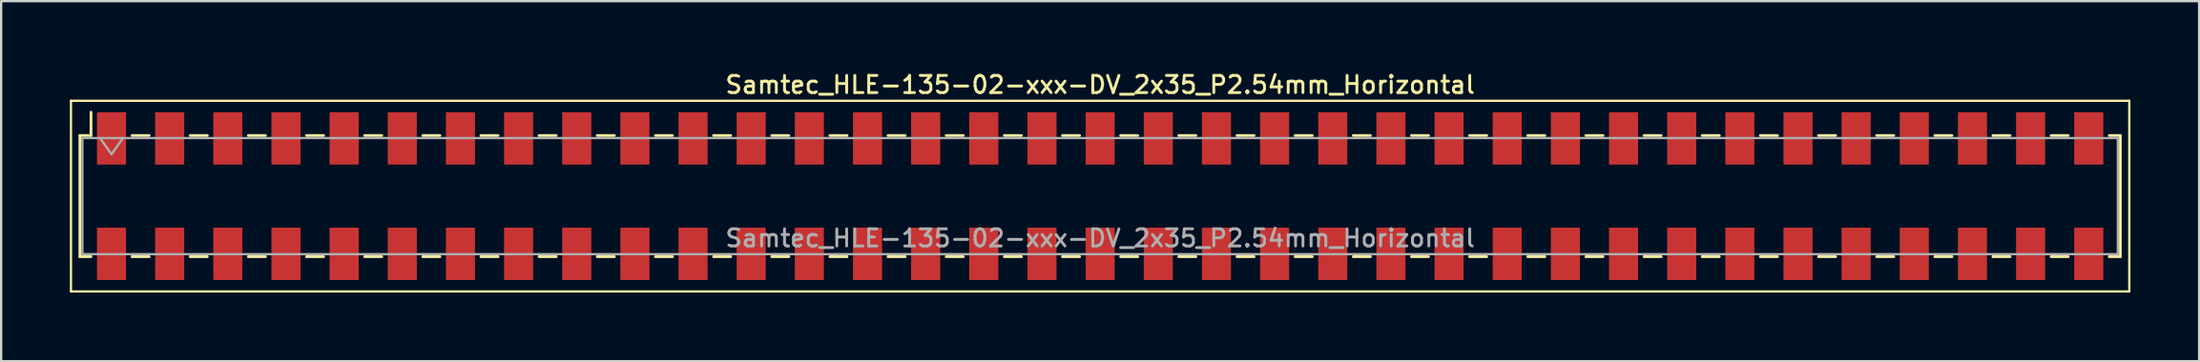
<source format=kicad_pcb>
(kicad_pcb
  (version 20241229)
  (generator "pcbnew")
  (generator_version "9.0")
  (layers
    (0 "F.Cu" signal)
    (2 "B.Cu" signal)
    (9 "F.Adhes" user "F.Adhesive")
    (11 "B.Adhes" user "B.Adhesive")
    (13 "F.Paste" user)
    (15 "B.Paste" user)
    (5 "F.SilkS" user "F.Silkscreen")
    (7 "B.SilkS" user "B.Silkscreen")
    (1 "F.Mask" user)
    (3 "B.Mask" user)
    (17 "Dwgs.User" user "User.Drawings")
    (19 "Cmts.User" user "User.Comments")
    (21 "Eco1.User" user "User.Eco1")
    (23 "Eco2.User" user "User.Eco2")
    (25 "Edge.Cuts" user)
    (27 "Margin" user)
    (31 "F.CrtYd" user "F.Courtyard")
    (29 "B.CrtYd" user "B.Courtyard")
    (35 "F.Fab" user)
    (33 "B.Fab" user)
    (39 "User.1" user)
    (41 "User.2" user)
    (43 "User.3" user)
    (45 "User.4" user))
  (footprint "Samtec_HLE-135-02-xxx-DV_2x35_P2.54mm_Horizontal"
    (layer "F.Cu")
    (at 45 5.528)
    (property "Reference" "Samtec_HLE-135-02-xxx-DV_2x35_P2.54mm_Horizontal" (at 0 -4.87 0) (layer "F.SilkS") (effects (font (size 0.75 0.75) (thickness 0.125))))
    (attr smd)
    (fp_line (start -44.95 -4.17) (end 44.95 -4.17) (stroke (width 0.1) (type solid)) (layer "F.SilkS"))
    (fp_line (start -44.95 4.17) (end -44.95 -4.17) (stroke (width 0.1) (type solid)) (layer "F.SilkS"))
    (fp_line (start -44.56 -2.65) (end -44.56 2.65) (stroke (width 0.12) (type solid)) (layer "F.SilkS"))
    (fp_line (start -44.56 2.65) (end -44.075 2.65) (stroke (width 0.12) (type solid)) (layer "F.SilkS"))
    (fp_line (start -44.075 -3.67) (end -44.075 -2.65) (stroke (width 0.12) (type solid)) (layer "F.SilkS"))
    (fp_line (start -44.075 -2.65) (end -44.56 -2.65) (stroke (width 0.12) (type solid)) (layer "F.SilkS"))
    (fp_line (start -42.285 -2.65) (end -41.535 -2.65) (stroke (width 0.12) (type solid)) (layer "F.SilkS"))
    (fp_line (start -42.285 2.65) (end -41.535 2.65) (stroke (width 0.12) (type solid)) (layer "F.SilkS"))
    (fp_line (start -39.745 -2.65) (end -38.995 -2.65) (stroke (width 0.12) (type solid)) (layer "F.SilkS"))
    (fp_line (start -39.745 2.65) (end -38.995 2.65) (stroke (width 0.12) (type solid)) (layer "F.SilkS"))
    (fp_line (start -37.205 -2.65) (end -36.455 -2.65) (stroke (width 0.12) (type solid)) (layer "F.SilkS"))
    (fp_line (start -37.205 2.65) (end -36.455 2.65) (stroke (width 0.12) (type solid)) (layer "F.SilkS"))
    (fp_line (start -34.665 -2.65) (end -33.915 -2.65) (stroke (width 0.12) (type solid)) (layer "F.SilkS"))
    (fp_line (start -34.665 2.65) (end -33.915 2.65) (stroke (width 0.12) (type solid)) (layer "F.SilkS"))
    (fp_line (start -32.125 -2.65) (end -31.375 -2.65) (stroke (width 0.12) (type solid)) (layer "F.SilkS"))
    (fp_line (start -32.125 2.65) (end -31.375 2.65) (stroke (width 0.12) (type solid)) (layer "F.SilkS"))
    (fp_line (start -29.585 -2.65) (end -28.835 -2.65) (stroke (width 0.12) (type solid)) (layer "F.SilkS"))
    (fp_line (start -29.585 2.65) (end -28.835 2.65) (stroke (width 0.12) (type solid)) (layer "F.SilkS"))
    (fp_line (start -27.045 -2.65) (end -26.295 -2.65) (stroke (width 0.12) (type solid)) (layer "F.SilkS"))
    (fp_line (start -27.045 2.65) (end -26.295 2.65) (stroke (width 0.12) (type solid)) (layer "F.SilkS"))
    (fp_line (start -24.505 -2.65) (end -23.755 -2.65) (stroke (width 0.12) (type solid)) (layer "F.SilkS"))
    (fp_line (start -24.505 2.65) (end -23.755 2.65) (stroke (width 0.12) (type solid)) (layer "F.SilkS"))
    (fp_line (start -21.965 -2.65) (end -21.215 -2.65) (stroke (width 0.12) (type solid)) (layer "F.SilkS"))
    (fp_line (start -21.965 2.65) (end -21.215 2.65) (stroke (width 0.12) (type solid)) (layer "F.SilkS"))
    (fp_line (start -19.425 -2.65) (end -18.675 -2.65) (stroke (width 0.12) (type solid)) (layer "F.SilkS"))
    (fp_line (start -19.425 2.65) (end -18.675 2.65) (stroke (width 0.12) (type solid)) (layer "F.SilkS"))
    (fp_line (start -16.885 -2.65) (end -16.135 -2.65) (stroke (width 0.12) (type solid)) (layer "F.SilkS"))
    (fp_line (start -16.885 2.65) (end -16.135 2.65) (stroke (width 0.12) (type solid)) (layer "F.SilkS"))
    (fp_line (start -14.345 -2.65) (end -13.595 -2.65) (stroke (width 0.12) (type solid)) (layer "F.SilkS"))
    (fp_line (start -14.345 2.65) (end -13.595 2.65) (stroke (width 0.12) (type solid)) (layer "F.SilkS"))
    (fp_line (start -11.805 -2.65) (end -11.055 -2.65) (stroke (width 0.12) (type solid)) (layer "F.SilkS"))
    (fp_line (start -11.805 2.65) (end -11.055 2.65) (stroke (width 0.12) (type solid)) (layer "F.SilkS"))
    (fp_line (start -9.265 -2.65) (end -8.515 -2.65) (stroke (width 0.12) (type solid)) (layer "F.SilkS"))
    (fp_line (start -9.265 2.65) (end -8.515 2.65) (stroke (width 0.12) (type solid)) (layer "F.SilkS"))
    (fp_line (start -6.725 -2.65) (end -5.975 -2.65) (stroke (width 0.12) (type solid)) (layer "F.SilkS"))
    (fp_line (start -6.725 2.65) (end -5.975 2.65) (stroke (width 0.12) (type solid)) (layer "F.SilkS"))
    (fp_line (start -4.185 -2.65) (end -3.435 -2.65) (stroke (width 0.12) (type solid)) (layer "F.SilkS"))
    (fp_line (start -4.185 2.65) (end -3.435 2.65) (stroke (width 0.12) (type solid)) (layer "F.SilkS"))
    (fp_line (start -1.645 -2.65) (end -0.895 -2.65) (stroke (width 0.12) (type solid)) (layer "F.SilkS"))
    (fp_line (start -1.645 2.65) (end -0.895 2.65) (stroke (width 0.12) (type solid)) (layer "F.SilkS"))
    (fp_line (start 0.895 -2.65) (end 1.645 -2.65) (stroke (width 0.12) (type solid)) (layer "F.SilkS"))
    (fp_line (start 0.895 2.65) (end 1.645 2.65) (stroke (width 0.12) (type solid)) (layer "F.SilkS"))
    (fp_line (start 3.435 -2.65) (end 4.185 -2.65) (stroke (width 0.12) (type solid)) (layer "F.SilkS"))
    (fp_line (start 3.435 2.65) (end 4.185 2.65) (stroke (width 0.12) (type solid)) (layer "F.SilkS"))
    (fp_line (start 5.975 -2.65) (end 6.725 -2.65) (stroke (width 0.12) (type solid)) (layer "F.SilkS"))
    (fp_line (start 5.975 2.65) (end 6.725 2.65) (stroke (width 0.12) (type solid)) (layer "F.SilkS"))
    (fp_line (start 8.515 -2.65) (end 9.265 -2.65) (stroke (width 0.12) (type solid)) (layer "F.SilkS"))
    (fp_line (start 8.515 2.65) (end 9.265 2.65) (stroke (width 0.12) (type solid)) (layer "F.SilkS"))
    (fp_line (start 11.055 -2.65) (end 11.805 -2.65) (stroke (width 0.12) (type solid)) (layer "F.SilkS"))
    (fp_line (start 11.055 2.65) (end 11.805 2.65) (stroke (width 0.12) (type solid)) (layer "F.SilkS"))
    (fp_line (start 13.595 -2.65) (end 14.345 -2.65) (stroke (width 0.12) (type solid)) (layer "F.SilkS"))
    (fp_line (start 13.595 2.65) (end 14.345 2.65) (stroke (width 0.12) (type solid)) (layer "F.SilkS"))
    (fp_line (start 16.135 -2.65) (end 16.885 -2.65) (stroke (width 0.12) (type solid)) (layer "F.SilkS"))
    (fp_line (start 16.135 2.65) (end 16.885 2.65) (stroke (width 0.12) (type solid)) (layer "F.SilkS"))
    (fp_line (start 18.675 -2.65) (end 19.425 -2.65) (stroke (width 0.12) (type solid)) (layer "F.SilkS"))
    (fp_line (start 18.675 2.65) (end 19.425 2.65) (stroke (width 0.12) (type solid)) (layer "F.SilkS"))
    (fp_line (start 21.215 -2.65) (end 21.965 -2.65) (stroke (width 0.12) (type solid)) (layer "F.SilkS"))
    (fp_line (start 21.215 2.65) (end 21.965 2.65) (stroke (width 0.12) (type solid)) (layer "F.SilkS"))
    (fp_line (start 23.755 -2.65) (end 24.505 -2.65) (stroke (width 0.12) (type solid)) (layer "F.SilkS"))
    (fp_line (start 23.755 2.65) (end 24.505 2.65) (stroke (width 0.12) (type solid)) (layer "F.SilkS"))
    (fp_line (start 26.295 -2.65) (end 27.045 -2.65) (stroke (width 0.12) (type solid)) (layer "F.SilkS"))
    (fp_line (start 26.295 2.65) (end 27.045 2.65) (stroke (width 0.12) (type solid)) (layer "F.SilkS"))
    (fp_line (start 28.835 -2.65) (end 29.585 -2.65) (stroke (width 0.12) (type solid)) (layer "F.SilkS"))
    (fp_line (start 28.835 2.65) (end 29.585 2.65) (stroke (width 0.12) (type solid)) (layer "F.SilkS"))
    (fp_line (start 31.375 -2.65) (end 32.125 -2.65) (stroke (width 0.12) (type solid)) (layer "F.SilkS"))
    (fp_line (start 31.375 2.65) (end 32.125 2.65) (stroke (width 0.12) (type solid)) (layer "F.SilkS"))
    (fp_line (start 33.915 -2.65) (end 34.665 -2.65) (stroke (width 0.12) (type solid)) (layer "F.SilkS"))
    (fp_line (start 33.915 2.65) (end 34.665 2.65) (stroke (width 0.12) (type solid)) (layer "F.SilkS"))
    (fp_line (start 36.455 -2.65) (end 37.205 -2.65) (stroke (width 0.12) (type solid)) (layer "F.SilkS"))
    (fp_line (start 36.455 2.65) (end 37.205 2.65) (stroke (width 0.12) (type solid)) (layer "F.SilkS"))
    (fp_line (start 38.995 -2.65) (end 39.745 -2.65) (stroke (width 0.12) (type solid)) (layer "F.SilkS"))
    (fp_line (start 38.995 2.65) (end 39.745 2.65) (stroke (width 0.12) (type solid)) (layer "F.SilkS"))
    (fp_line (start 41.535 -2.65) (end 42.285 -2.65) (stroke (width 0.12) (type solid)) (layer "F.SilkS"))
    (fp_line (start 41.535 2.65) (end 42.285 2.65) (stroke (width 0.12) (type solid)) (layer "F.SilkS"))
    (fp_line (start 44.075 -2.65) (end 44.56 -2.65) (stroke (width 0.12) (type solid)) (layer "F.SilkS"))
    (fp_line (start 44.56 -2.65) (end 44.56 2.65) (stroke (width 0.12) (type solid)) (layer "F.SilkS"))
    (fp_line (start 44.56 2.65) (end 44.075 2.65) (stroke (width 0.12) (type solid)) (layer "F.SilkS"))
    (fp_line (start 44.95 -4.17) (end 44.95 4.17) (stroke (width 0.1) (type solid)) (layer "F.SilkS"))
    (fp_line (start 44.95 4.17) (end -44.95 4.17) (stroke (width 0.1) (type solid)) (layer "F.SilkS"))
    (fp_line (start -44.45 -2.54) (end 44.45 -2.54) (stroke (width 0.1) (type solid)) (layer "F.Fab"))
    (fp_line (start -44.45 2.54) (end -44.45 -2.54) (stroke (width 0.1) (type solid)) (layer "F.Fab"))
    (fp_line (start -43.68 -2.54) (end -43.18 -1.833) (stroke (width 0.1) (type solid)) (layer "F.Fab"))
    (fp_line (start -43.18 -1.833) (end -42.68 -2.54) (stroke (width 0.1) (type solid)) (layer "F.Fab"))
    (fp_line (start 44.45 -2.54) (end 44.45 2.54) (stroke (width 0.1) (type solid)) (layer "F.Fab"))
    (fp_line (start 44.45 2.54) (end -44.45 2.54) (stroke (width 0.1) (type solid)) (layer "F.Fab"))
    (fp_text user "${REFERENCE}" (at 0 1.84 0) (layer "F.Fab") (effects (font (size 0.75 0.75) (thickness 0.125))))
    (pad "1" smd rect (at -43.18 -2.525) (size 1.27 2.29) (layers "F.Cu" "F.Mask" "F.Paste"))
    (pad "2" smd rect (at -43.18 2.525) (size 1.27 2.29) (layers "F.Cu" "F.Mask" "F.Paste"))
    (pad "3" smd rect (at -40.64 -2.525) (size 1.27 2.29) (layers "F.Cu" "F.Mask" "F.Paste"))
    (pad "4" smd rect (at -40.64 2.525) (size 1.27 2.29) (layers "F.Cu" "F.Mask" "F.Paste"))
    (pad "5" smd rect (at -38.1 -2.525) (size 1.27 2.29) (layers "F.Cu" "F.Mask" "F.Paste"))
    (pad "6" smd rect (at -38.1 2.525) (size 1.27 2.29) (layers "F.Cu" "F.Mask" "F.Paste"))
    (pad "7" smd rect (at -35.56 -2.525) (size 1.27 2.29) (layers "F.Cu" "F.Mask" "F.Paste"))
    (pad "8" smd rect (at -35.56 2.525) (size 1.27 2.29) (layers "F.Cu" "F.Mask" "F.Paste"))
    (pad "9" smd rect (at -33.02 -2.525) (size 1.27 2.29) (layers "F.Cu" "F.Mask" "F.Paste"))
    (pad "10" smd rect (at -33.02 2.525) (size 1.27 2.29) (layers "F.Cu" "F.Mask" "F.Paste"))
    (pad "11" smd rect (at -30.48 -2.525) (size 1.27 2.29) (layers "F.Cu" "F.Mask" "F.Paste"))
    (pad "12" smd rect (at -30.48 2.525) (size 1.27 2.29) (layers "F.Cu" "F.Mask" "F.Paste"))
    (pad "13" smd rect (at -27.94 -2.525) (size 1.27 2.29) (layers "F.Cu" "F.Mask" "F.Paste"))
    (pad "14" smd rect (at -27.94 2.525) (size 1.27 2.29) (layers "F.Cu" "F.Mask" "F.Paste"))
    (pad "15" smd rect (at -25.4 -2.525) (size 1.27 2.29) (layers "F.Cu" "F.Mask" "F.Paste"))
    (pad "16" smd rect (at -25.4 2.525) (size 1.27 2.29) (layers "F.Cu" "F.Mask" "F.Paste"))
    (pad "17" smd rect (at -22.86 -2.525) (size 1.27 2.29) (layers "F.Cu" "F.Mask" "F.Paste"))
    (pad "18" smd rect (at -22.86 2.525) (size 1.27 2.29) (layers "F.Cu" "F.Mask" "F.Paste"))
    (pad "19" smd rect (at -20.32 -2.525) (size 1.27 2.29) (layers "F.Cu" "F.Mask" "F.Paste"))
    (pad "20" smd rect (at -20.32 2.525) (size 1.27 2.29) (layers "F.Cu" "F.Mask" "F.Paste"))
    (pad "21" smd rect (at -17.78 -2.525) (size 1.27 2.29) (layers "F.Cu" "F.Mask" "F.Paste"))
    (pad "22" smd rect (at -17.78 2.525) (size 1.27 2.29) (layers "F.Cu" "F.Mask" "F.Paste"))
    (pad "23" smd rect (at -15.24 -2.525) (size 1.27 2.29) (layers "F.Cu" "F.Mask" "F.Paste"))
    (pad "24" smd rect (at -15.24 2.525) (size 1.27 2.29) (layers "F.Cu" "F.Mask" "F.Paste"))
    (pad "25" smd rect (at -12.7 -2.525) (size 1.27 2.29) (layers "F.Cu" "F.Mask" "F.Paste"))
    (pad "26" smd rect (at -12.7 2.525) (size 1.27 2.29) (layers "F.Cu" "F.Mask" "F.Paste"))
    (pad "27" smd rect (at -10.16 -2.525) (size 1.27 2.29) (layers "F.Cu" "F.Mask" "F.Paste"))
    (pad "28" smd rect (at -10.16 2.525) (size 1.27 2.29) (layers "F.Cu" "F.Mask" "F.Paste"))
    (pad "29" smd rect (at -7.62 -2.525) (size 1.27 2.29) (layers "F.Cu" "F.Mask" "F.Paste"))
    (pad "30" smd rect (at -7.62 2.525) (size 1.27 2.29) (layers "F.Cu" "F.Mask" "F.Paste"))
    (pad "31" smd rect (at -5.08 -2.525) (size 1.27 2.29) (layers "F.Cu" "F.Mask" "F.Paste"))
    (pad "32" smd rect (at -5.08 2.525) (size 1.27 2.29) (layers "F.Cu" "F.Mask" "F.Paste"))
    (pad "33" smd rect (at -2.54 -2.525) (size 1.27 2.29) (layers "F.Cu" "F.Mask" "F.Paste"))
    (pad "34" smd rect (at -2.54 2.525) (size 1.27 2.29) (layers "F.Cu" "F.Mask" "F.Paste"))
    (pad "35" smd rect (at 0 -2.525) (size 1.27 2.29) (layers "F.Cu" "F.Mask" "F.Paste"))
    (pad "36" smd rect (at 0 2.525) (size 1.27 2.29) (layers "F.Cu" "F.Mask" "F.Paste"))
    (pad "37" smd rect (at 2.54 -2.525) (size 1.27 2.29) (layers "F.Cu" "F.Mask" "F.Paste"))
    (pad "38" smd rect (at 2.54 2.525) (size 1.27 2.29) (layers "F.Cu" "F.Mask" "F.Paste"))
    (pad "39" smd rect (at 5.08 -2.525) (size 1.27 2.29) (layers "F.Cu" "F.Mask" "F.Paste"))
    (pad "40" smd rect (at 5.08 2.525) (size 1.27 2.29) (layers "F.Cu" "F.Mask" "F.Paste"))
    (pad "41" smd rect (at 7.62 -2.525) (size 1.27 2.29) (layers "F.Cu" "F.Mask" "F.Paste"))
    (pad "42" smd rect (at 7.62 2.525) (size 1.27 2.29) (layers "F.Cu" "F.Mask" "F.Paste"))
    (pad "43" smd rect (at 10.16 -2.525) (size 1.27 2.29) (layers "F.Cu" "F.Mask" "F.Paste"))
    (pad "44" smd rect (at 10.16 2.525) (size 1.27 2.29) (layers "F.Cu" "F.Mask" "F.Paste"))
    (pad "45" smd rect (at 12.7 -2.525) (size 1.27 2.29) (layers "F.Cu" "F.Mask" "F.Paste"))
    (pad "46" smd rect (at 12.7 2.525) (size 1.27 2.29) (layers "F.Cu" "F.Mask" "F.Paste"))
    (pad "47" smd rect (at 15.24 -2.525) (size 1.27 2.29) (layers "F.Cu" "F.Mask" "F.Paste"))
    (pad "48" smd rect (at 15.24 2.525) (size 1.27 2.29) (layers "F.Cu" "F.Mask" "F.Paste"))
    (pad "49" smd rect (at 17.78 -2.525) (size 1.27 2.29) (layers "F.Cu" "F.Mask" "F.Paste"))
    (pad "50" smd rect (at 17.78 2.525) (size 1.27 2.29) (layers "F.Cu" "F.Mask" "F.Paste"))
    (pad "51" smd rect (at 20.32 -2.525) (size 1.27 2.29) (layers "F.Cu" "F.Mask" "F.Paste"))
    (pad "52" smd rect (at 20.32 2.525) (size 1.27 2.29) (layers "F.Cu" "F.Mask" "F.Paste"))
    (pad "53" smd rect (at 22.86 -2.525) (size 1.27 2.29) (layers "F.Cu" "F.Mask" "F.Paste"))
    (pad "54" smd rect (at 22.86 2.525) (size 1.27 2.29) (layers "F.Cu" "F.Mask" "F.Paste"))
    (pad "55" smd rect (at 25.4 -2.525) (size 1.27 2.29) (layers "F.Cu" "F.Mask" "F.Paste"))
    (pad "56" smd rect (at 25.4 2.525) (size 1.27 2.29) (layers "F.Cu" "F.Mask" "F.Paste"))
    (pad "57" smd rect (at 27.94 -2.525) (size 1.27 2.29) (layers "F.Cu" "F.Mask" "F.Paste"))
    (pad "58" smd rect (at 27.94 2.525) (size 1.27 2.29) (layers "F.Cu" "F.Mask" "F.Paste"))
    (pad "59" smd rect (at 30.48 -2.525) (size 1.27 2.29) (layers "F.Cu" "F.Mask" "F.Paste"))
    (pad "60" smd rect (at 30.48 2.525) (size 1.27 2.29) (layers "F.Cu" "F.Mask" "F.Paste"))
    (pad "61" smd rect (at 33.02 -2.525) (size 1.27 2.29) (layers "F.Cu" "F.Mask" "F.Paste"))
    (pad "62" smd rect (at 33.02 2.525) (size 1.27 2.29) (layers "F.Cu" "F.Mask" "F.Paste"))
    (pad "63" smd rect (at 35.56 -2.525) (size 1.27 2.29) (layers "F.Cu" "F.Mask" "F.Paste"))
    (pad "64" smd rect (at 35.56 2.525) (size 1.27 2.29) (layers "F.Cu" "F.Mask" "F.Paste"))
    (pad "65" smd rect (at 38.1 -2.525) (size 1.27 2.29) (layers "F.Cu" "F.Mask" "F.Paste"))
    (pad "66" smd rect (at 38.1 2.525) (size 1.27 2.29) (layers "F.Cu" "F.Mask" "F.Paste"))
    (pad "67" smd rect (at 40.64 -2.525) (size 1.27 2.29) (layers "F.Cu" "F.Mask" "F.Paste"))
    (pad "68" smd rect (at 40.64 2.525) (size 1.27 2.29) (layers "F.Cu" "F.Mask" "F.Paste"))
    (pad "69" smd rect (at 43.18 -2.525) (size 1.27 2.29) (layers "F.Cu" "F.Mask" "F.Paste"))
    (pad "70" smd rect (at 43.18 2.525) (size 1.27 2.29) (layers "F.Cu" "F.Mask" "F.Paste")))
  (gr_rect
    (start -3 -3)
    (end 93 12.748)
    (stroke (width 0.1) (type default))
    (fill no)
    (layer "Edge.Cuts")))
</source>
